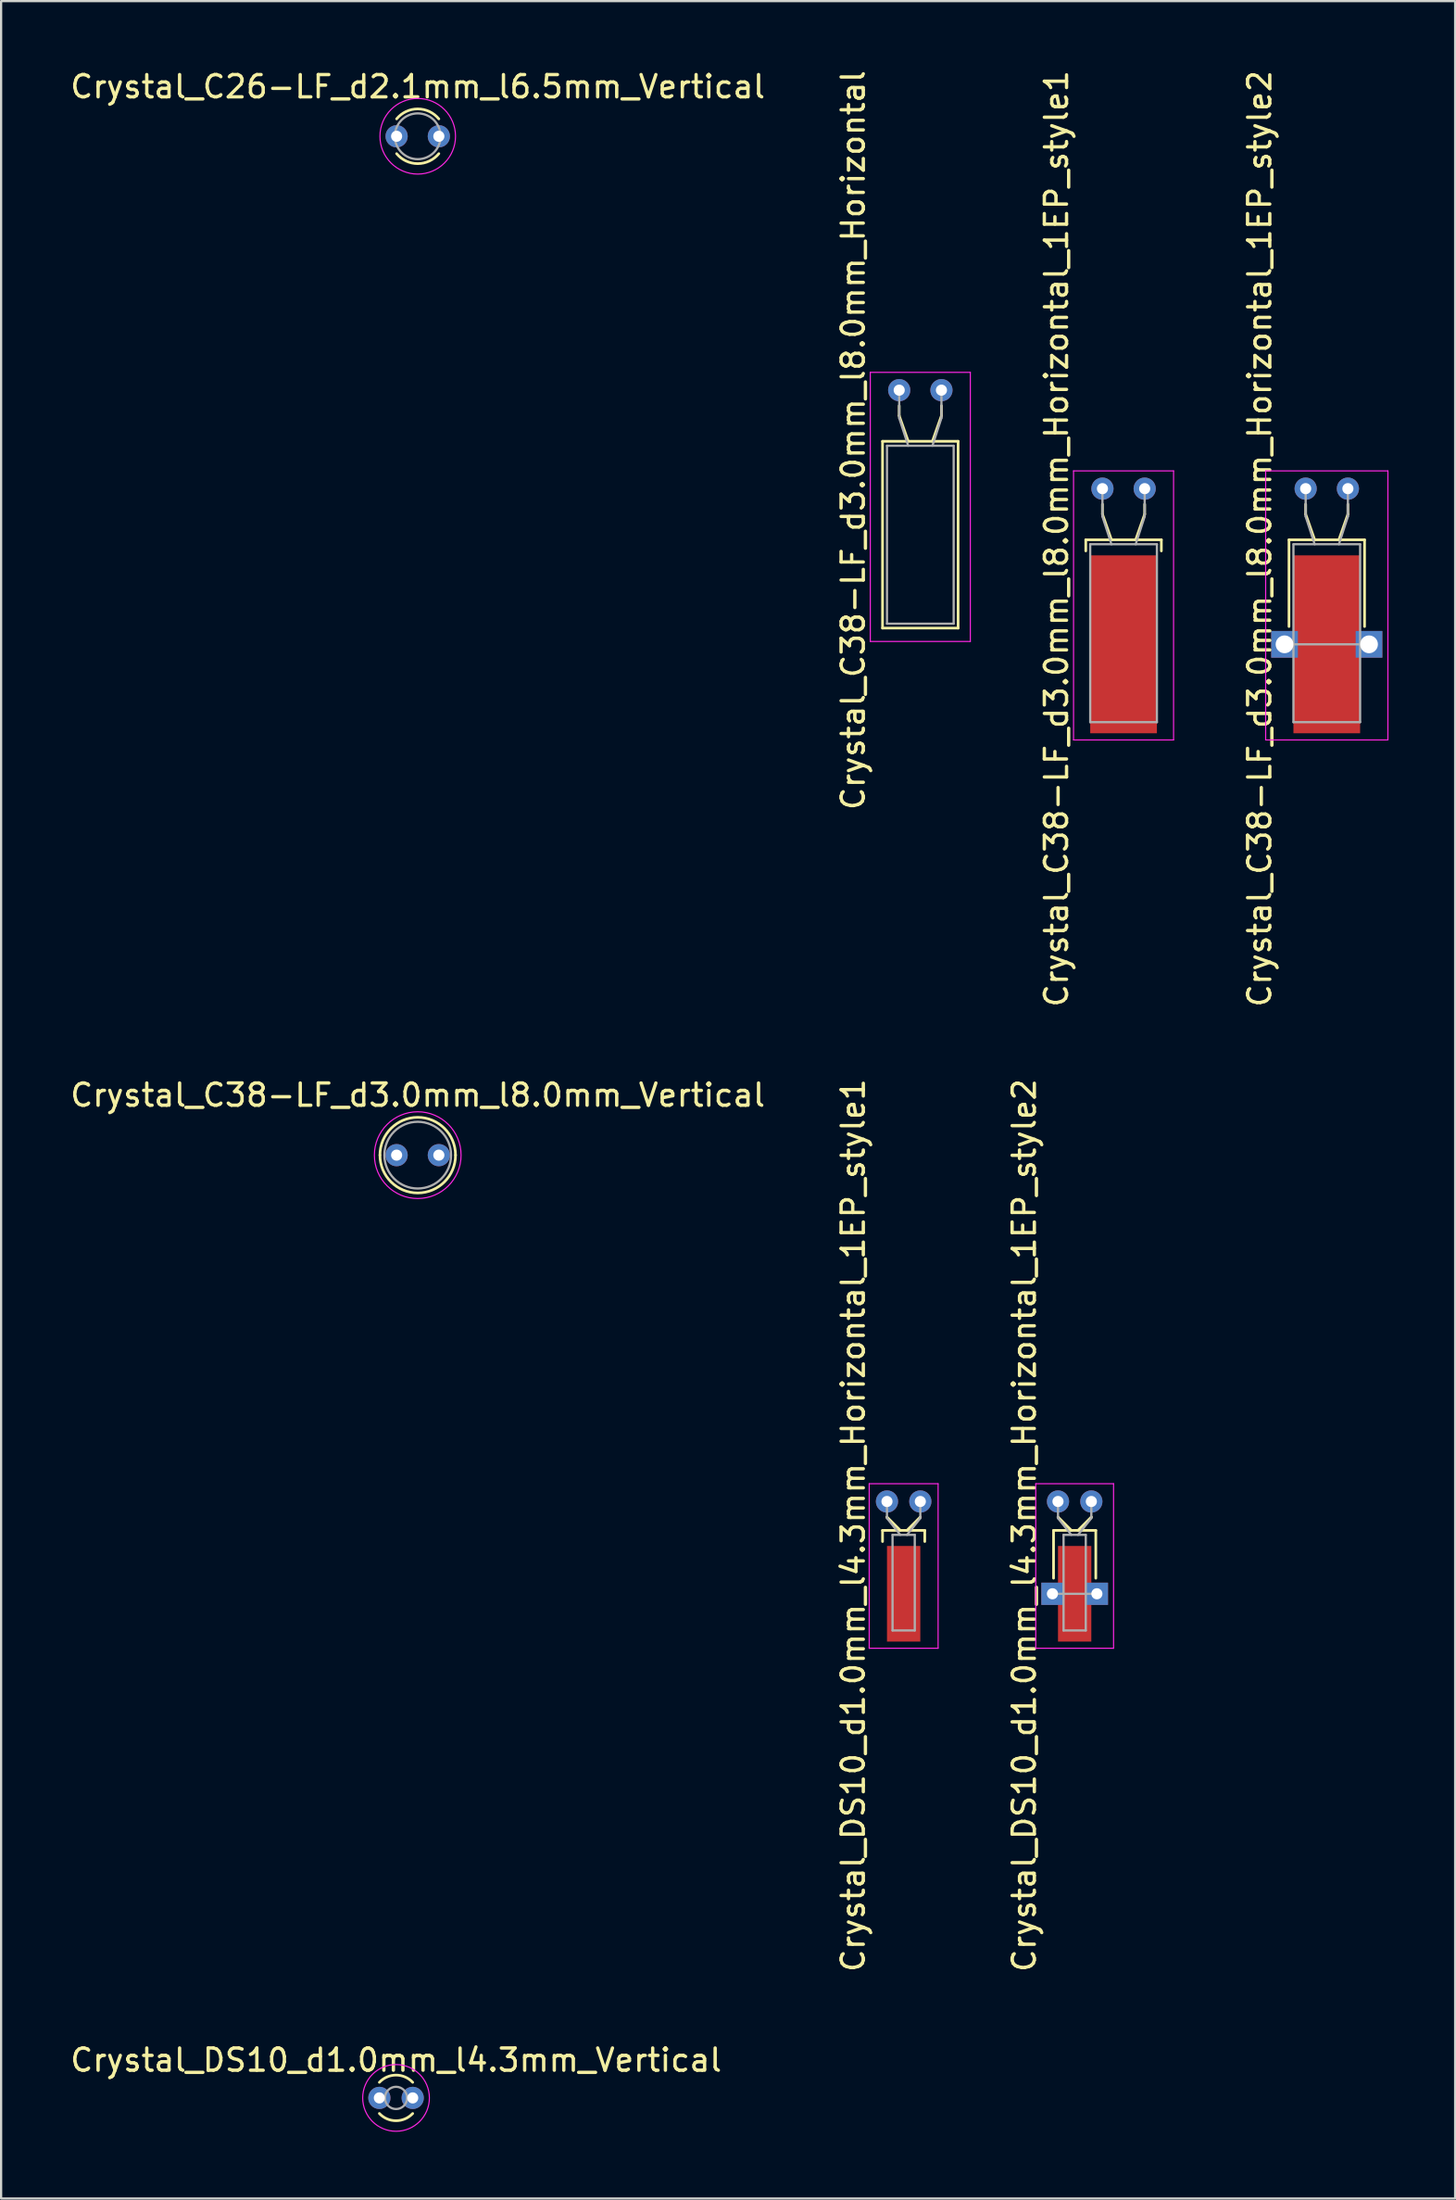
<source format=kicad_pcb>
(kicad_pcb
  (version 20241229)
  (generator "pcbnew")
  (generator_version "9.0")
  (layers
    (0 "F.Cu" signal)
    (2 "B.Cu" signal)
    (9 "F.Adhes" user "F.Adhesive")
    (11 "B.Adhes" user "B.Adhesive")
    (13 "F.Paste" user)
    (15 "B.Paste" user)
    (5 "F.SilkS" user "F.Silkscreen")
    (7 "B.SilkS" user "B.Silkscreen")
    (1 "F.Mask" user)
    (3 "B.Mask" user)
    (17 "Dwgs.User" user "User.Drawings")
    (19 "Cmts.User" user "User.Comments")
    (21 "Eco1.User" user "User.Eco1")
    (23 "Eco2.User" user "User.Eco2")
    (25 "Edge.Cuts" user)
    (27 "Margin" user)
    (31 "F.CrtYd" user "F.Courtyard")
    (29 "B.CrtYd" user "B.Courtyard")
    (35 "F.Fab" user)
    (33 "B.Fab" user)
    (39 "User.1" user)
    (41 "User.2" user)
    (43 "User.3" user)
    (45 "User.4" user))
  (footprint "Crystal_C38-LF_d3.0mm_l8.0mm_Horizontal"
    (layer "F.Cu")
    (at 37.406 14.494)
    (property "Reference" "Crystal_C38-LF_d3.0mm_l8.0mm_Horizontal" (at -2.07 2.25 90) (layer "F.SilkS") (effects (font (size 1 1) (thickness 0.15))))
    (attr through_hole)
    (fp_line (start -0.75 2.3) (end -0.75 10.7) (stroke (width 0.12) (type solid)) (layer "F.SilkS"))
    (fp_line (start -0.75 10.7) (end 2.65 10.7) (stroke (width 0.12) (type solid)) (layer "F.SilkS"))
    (fp_line (start 0 1.15) (end 0 0.7) (stroke (width 0.12) (type solid)) (layer "F.SilkS"))
    (fp_line (start 0.405 2.3) (end 0 1.15) (stroke (width 0.12) (type solid)) (layer "F.SilkS"))
    (fp_line (start 1.495 2.3) (end 1.9 1.15) (stroke (width 0.12) (type solid)) (layer "F.SilkS"))
    (fp_line (start 1.9 1.15) (end 1.9 0.7) (stroke (width 0.12) (type solid)) (layer "F.SilkS"))
    (fp_line (start 2.65 2.3) (end -0.75 2.3) (stroke (width 0.12) (type solid)) (layer "F.SilkS"))
    (fp_line (start 2.65 10.7) (end 2.65 2.3) (stroke (width 0.12) (type solid)) (layer "F.SilkS"))
    (fp_line (start -1.3 -0.8) (end -1.3 11.3) (stroke (width 0.05) (type solid)) (layer "F.CrtYd"))
    (fp_line (start -1.3 11.3) (end 3.2 11.3) (stroke (width 0.05) (type solid)) (layer "F.CrtYd"))
    (fp_line (start 3.2 -0.8) (end -1.3 -0.8) (stroke (width 0.05) (type solid)) (layer "F.CrtYd"))
    (fp_line (start 3.2 11.3) (end 3.2 -0.8) (stroke (width 0.05) (type solid)) (layer "F.CrtYd"))
    (fp_line (start -0.55 2.5) (end -0.55 10.5) (stroke (width 0.1) (type solid)) (layer "F.Fab"))
    (fp_line (start -0.55 10.5) (end 2.45 10.5) (stroke (width 0.1) (type solid)) (layer "F.Fab"))
    (fp_line (start 0 1.25) (end 0 0) (stroke (width 0.1) (type solid)) (layer "F.Fab"))
    (fp_line (start 0.405 2.5) (end 0 1.25) (stroke (width 0.1) (type solid)) (layer "F.Fab"))
    (fp_line (start 1.495 2.5) (end 1.9 1.25) (stroke (width 0.1) (type solid)) (layer "F.Fab"))
    (fp_line (start 1.9 1.25) (end 1.9 0) (stroke (width 0.1) (type solid)) (layer "F.Fab"))
    (fp_line (start 2.45 2.5) (end -0.55 2.5) (stroke (width 0.1) (type solid)) (layer "F.Fab"))
    (fp_line (start 2.45 10.5) (end 2.45 2.5) (stroke (width 0.1) (type solid)) (layer "F.Fab"))
    (pad "1" thru_hole circle (at 0 0) (size 1 1) (drill 0.5) (layers "*.Cu" "*.Mask"))
    (pad "2" thru_hole circle (at 1.9 0) (size 1 1) (drill 0.5) (layers "*.Cu" "*.Mask")))
  (footprint "Crystal_C38-LF_d3.0mm_l8.0mm_Horizontal_1EP_style2"
    (layer "F.Cu")
    (at 55.693 18.923)
    (property "Reference" "Crystal_C38-LF_d3.0mm_l8.0mm_Horizontal_1EP_style2" (at -2.07 2.25 90) (layer "F.SilkS") (effects (font (size 1 1) (thickness 0.15))))
    (attr through_hole)
    (fp_line (start -0.75 2.3) (end 2.65 2.3) (stroke (width 0.12) (type solid)) (layer "F.SilkS"))
    (fp_line (start -0.75 6.2) (end -0.75 2.3) (stroke (width 0.12) (type solid)) (layer "F.SilkS"))
    (fp_line (start 0 1.15) (end 0 0.7) (stroke (width 0.12) (type solid)) (layer "F.SilkS"))
    (fp_line (start 0.405 2.3) (end 0 1.15) (stroke (width 0.12) (type solid)) (layer "F.SilkS"))
    (fp_line (start 1.495 2.3) (end 1.9 1.15) (stroke (width 0.12) (type solid)) (layer "F.SilkS"))
    (fp_line (start 1.9 1.15) (end 1.9 0.7) (stroke (width 0.12) (type solid)) (layer "F.SilkS"))
    (fp_line (start 2.65 2.3) (end 2.65 6.2) (stroke (width 0.12) (type solid)) (layer "F.SilkS"))
    (fp_line (start -1.8 -0.8) (end -1.8 11.3) (stroke (width 0.05) (type solid)) (layer "F.CrtYd"))
    (fp_line (start -1.8 11.3) (end 3.7 11.3) (stroke (width 0.05) (type solid)) (layer "F.CrtYd"))
    (fp_line (start 3.7 -0.8) (end -1.8 -0.8) (stroke (width 0.05) (type solid)) (layer "F.CrtYd"))
    (fp_line (start 3.7 11.3) (end 3.7 -0.8) (stroke (width 0.05) (type solid)) (layer "F.CrtYd"))
    (fp_line (start -0.95 7) (end 2.85 7) (stroke (width 0.1) (type solid)) (layer "F.Fab"))
    (fp_line (start -0.55 2.5) (end -0.55 10.5) (stroke (width 0.1) (type solid)) (layer "F.Fab"))
    (fp_line (start -0.55 10.5) (end 2.45 10.5) (stroke (width 0.1) (type solid)) (layer "F.Fab"))
    (fp_line (start 0 1.25) (end 0 0) (stroke (width 0.1) (type solid)) (layer "F.Fab"))
    (fp_line (start 0.405 2.5) (end 0 1.25) (stroke (width 0.1) (type solid)) (layer "F.Fab"))
    (fp_line (start 1.495 2.5) (end 1.9 1.25) (stroke (width 0.1) (type solid)) (layer "F.Fab"))
    (fp_line (start 1.9 1.25) (end 1.9 0) (stroke (width 0.1) (type solid)) (layer "F.Fab"))
    (fp_line (start 2.45 2.5) (end -0.55 2.5) (stroke (width 0.1) (type solid)) (layer "F.Fab"))
    (fp_line (start 2.45 10.5) (end 2.45 2.5) (stroke (width 0.1) (type solid)) (layer "F.Fab"))
    (pad "1" thru_hole circle (at 0 0) (size 1 1) (drill 0.5) (layers "*.Cu" "*.Mask"))
    (pad "2" thru_hole circle (at 1.9 0) (size 1 1) (drill 0.5) (layers "*.Cu" "*.Mask"))
    (pad "3" thru_hole rect (at -0.95 7) (size 1.2 1.2) (drill 0.8) (layers "*.Cu" "*.Mask"))
    (pad "3" smd rect (at 0.95 7) (size 3 8) (layers "F.Cu" "F.Mask"))
    (pad "3" thru_hole rect (at 2.85 7) (size 1.2 1.2) (drill 0.8) (layers "*.Cu" "*.Mask")))
  (footprint "Crystal_DS10_d1.0mm_l4.3mm_Horizontal_1EP_style2"
    (layer "F.Cu")
    (at 44.55 64.467)
    (property "Reference" "Crystal_DS10_d1.0mm_l4.3mm_Horizontal_1EP_style2" (at -1.52 1.075 90) (layer "F.SilkS") (effects (font (size 1 1) (thickness 0.15))))
    (attr through_hole)
    (fp_line (start -0.2 1.3) (end 1.7 1.3) (stroke (width 0.12) (type solid)) (layer "F.SilkS"))
    (fp_line (start -0.2 3.45) (end -0.2 1.3) (stroke (width 0.12) (type solid)) (layer "F.SilkS"))
    (fp_line (start 0 0.7) (end 0 0.7) (stroke (width 0.12) (type solid)) (layer "F.SilkS"))
    (fp_line (start 0.6 1.3) (end 0 0.7) (stroke (width 0.12) (type solid)) (layer "F.SilkS"))
    (fp_line (start 0.9 1.3) (end 1.5 0.7) (stroke (width 0.12) (type solid)) (layer "F.SilkS"))
    (fp_line (start 1.5 0.7) (end 1.5 0.7) (stroke (width 0.12) (type solid)) (layer "F.SilkS"))
    (fp_line (start 1.7 1.3) (end 1.7 3.45) (stroke (width 0.12) (type solid)) (layer "F.SilkS"))
    (fp_line (start -1 -0.8) (end -1 6.6) (stroke (width 0.05) (type solid)) (layer "F.CrtYd"))
    (fp_line (start -1 6.6) (end 2.5 6.6) (stroke (width 0.05) (type solid)) (layer "F.CrtYd"))
    (fp_line (start 2.5 -0.8) (end -1 -0.8) (stroke (width 0.05) (type solid)) (layer "F.CrtYd"))
    (fp_line (start 2.5 6.6) (end 2.5 -0.8) (stroke (width 0.05) (type solid)) (layer "F.CrtYd"))
    (fp_line (start -0.25 4.15) (end 1.75 4.15) (stroke (width 0.1) (type solid)) (layer "F.Fab"))
    (fp_line (start 0 0.75) (end 0 0) (stroke (width 0.1) (type solid)) (layer "F.Fab"))
    (fp_line (start 0.25 1.5) (end 0.25 5.8) (stroke (width 0.1) (type solid)) (layer "F.Fab"))
    (fp_line (start 0.25 5.8) (end 1.25 5.8) (stroke (width 0.1) (type solid)) (layer "F.Fab"))
    (fp_line (start 0.6 1.5) (end 0 0.75) (stroke (width 0.1) (type solid)) (layer "F.Fab"))
    (fp_line (start 0.9 1.5) (end 1.5 0.75) (stroke (width 0.1) (type solid)) (layer "F.Fab"))
    (fp_line (start 1.25 1.5) (end 0.25 1.5) (stroke (width 0.1) (type solid)) (layer "F.Fab"))
    (fp_line (start 1.25 5.8) (end 1.25 1.5) (stroke (width 0.1) (type solid)) (layer "F.Fab"))
    (fp_line (start 1.5 0.75) (end 1.5 0) (stroke (width 0.1) (type solid)) (layer "F.Fab"))
    (pad "1" thru_hole circle (at 0 0) (size 1 1) (drill 0.5) (layers "*.Cu" "*.Mask"))
    (pad "2" thru_hole circle (at 1.5 0) (size 1 1) (drill 0.5) (layers "*.Cu" "*.Mask"))
    (pad "3" thru_hole rect (at -0.25 4.15) (size 1 1) (drill 0.5) (layers "*.Cu" "*.Mask"))
    (pad "3" smd rect (at 0.75 4.15) (size 1.5 4.3) (layers "F.Cu" "F.Mask"))
    (pad "3" thru_hole rect (at 1.75 4.15) (size 1 1) (drill 0.5) (layers "*.Cu" "*.Mask")))
  (footprint "Crystal_C38-LF_d3.0mm_l8.0mm_Vertical"
    (layer "F.Cu")
    (at 14.794 48.893)
    (property "Reference" "Crystal_C38-LF_d3.0mm_l8.0mm_Vertical" (at 0.95 -2.7 0) (layer "F.SilkS") (effects (font (size 1 1) (thickness 0.15))))
    (attr through_hole)
    (fp_arc (start -0.75 0) (mid 0.95 -1.7) (end 2.65 0) (stroke (width 0.12) (type solid)) (layer "F.SilkS"))
    (fp_arc (start 2.65 0) (mid 0.95 1.7) (end -0.75 0) (stroke (width 0.12) (type solid)) (layer "F.SilkS"))
    (fp_circle (center 0.95 0) (end 2.9 0) (stroke (width 0.05) (type solid)) (fill no) (layer "F.CrtYd"))
    (fp_circle (center 0.95 0) (end 2.45 0) (stroke (width 0.1) (type solid)) (fill no) (layer "F.Fab"))
    (pad "1" thru_hole circle (at 0 0) (size 1 1) (drill 0.5) (layers "*.Cu" "*.Mask"))
    (pad "2" thru_hole circle (at 1.9 0) (size 1 1) (drill 0.5) (layers "*.Cu" "*.Mask")))
  (footprint "Crystal_DS10_d1.0mm_l4.3mm_Vertical"
    (layer "F.Cu")
    (at 14.018 91.286)
    (property "Reference" "Crystal_DS10_d1.0mm_l4.3mm_Vertical" (at 0.75 -1.7 0) (layer "F.SilkS") (effects (font (size 1 1) (thickness 0.15))))
    (attr through_hole)
    (fp_arc (start 0 -0.7) (mid 0.749553 -1.025914) (end 1.49939 -0.700653) (stroke (width 0.12) (type solid)) (layer "F.SilkS"))
    (fp_arc (start 1.49939 0.700653) (mid 0.749553 1.025914) (end 0 0.7) (stroke (width 0.12) (type solid)) (layer "F.SilkS"))
    (fp_circle (center 0.75 0) (end 2.25 0) (stroke (width 0.05) (type solid)) (fill no) (layer "F.CrtYd"))
    (fp_circle (center 0.75 0) (end 1.25 0) (stroke (width 0.1) (type solid)) (fill no) (layer "F.Fab"))
    (pad "1" thru_hole circle (at 0 0) (size 1 1) (drill 0.5) (layers "*.Cu" "*.Mask"))
    (pad "2" thru_hole circle (at 1.5 0) (size 1 1) (drill 0.5) (layers "*.Cu" "*.Mask")))
  (footprint "Crystal_C26-LF_d2.1mm_l6.5mm_Vertical"
    (layer "F.Cu")
    (at 14.794 3.078)
    (property "Reference" "Crystal_C26-LF_d2.1mm_l6.5mm_Vertical" (at 0.95 -2.23 0) (layer "F.SilkS") (effects (font (size 1 1) (thickness 0.15))))
    (attr through_hole)
    (fp_arc (start 0 -0.781281) (mid 0.949655 -1.23) (end 1.899561 -0.781814) (stroke (width 0.12) (type solid)) (layer "F.SilkS"))
    (fp_arc (start 1.899561 0.781814) (mid 0.949655 1.23) (end 0 0.781281) (stroke (width 0.12) (type solid)) (layer "F.SilkS"))
    (fp_circle (center 0.95 0) (end 2.65 0) (stroke (width 0.05) (type solid)) (fill no) (layer "F.CrtYd"))
    (fp_circle (center 0.95 0) (end 1.98 0) (stroke (width 0.1) (type solid)) (fill no) (layer "F.Fab"))
    (pad "1" thru_hole circle (at 0 0) (size 1 1) (drill 0.5) (layers "*.Cu" "*.Mask"))
    (pad "2" thru_hole circle (at 1.9 0) (size 1 1) (drill 0.5) (layers "*.Cu" "*.Mask")))
  (footprint "Crystal_DS10_d1.0mm_l4.3mm_Horizontal_1EP_style1"
    (layer "F.Cu")
    (at 36.856 64.467)
    (property "Reference" "Crystal_DS10_d1.0mm_l4.3mm_Horizontal_1EP_style1" (at -1.52 1.075 90) (layer "F.SilkS") (effects (font (size 1 1) (thickness 0.15))))
    (attr through_hole)
    (fp_line (start -0.2 1.3) (end 1.7 1.3) (stroke (width 0.12) (type solid)) (layer "F.SilkS"))
    (fp_line (start -0.2 1.8) (end -0.2 1.3) (stroke (width 0.12) (type solid)) (layer "F.SilkS"))
    (fp_line (start 0 0.7) (end 0 0.7) (stroke (width 0.12) (type solid)) (layer "F.SilkS"))
    (fp_line (start 0.6 1.3) (end 0 0.7) (stroke (width 0.12) (type solid)) (layer "F.SilkS"))
    (fp_line (start 0.9 1.3) (end 1.5 0.7) (stroke (width 0.12) (type solid)) (layer "F.SilkS"))
    (fp_line (start 1.5 0.7) (end 1.5 0.7) (stroke (width 0.12) (type solid)) (layer "F.SilkS"))
    (fp_line (start 1.7 1.3) (end 1.7 1.8) (stroke (width 0.12) (type solid)) (layer "F.SilkS"))
    (fp_line (start -0.8 -0.8) (end -0.8 6.6) (stroke (width 0.05) (type solid)) (layer "F.CrtYd"))
    (fp_line (start -0.8 6.6) (end 2.3 6.6) (stroke (width 0.05) (type solid)) (layer "F.CrtYd"))
    (fp_line (start 2.3 -0.8) (end -0.8 -0.8) (stroke (width 0.05) (type solid)) (layer "F.CrtYd"))
    (fp_line (start 2.3 6.6) (end 2.3 -0.8) (stroke (width 0.05) (type solid)) (layer "F.CrtYd"))
    (fp_line (start 0 0.75) (end 0 0) (stroke (width 0.1) (type solid)) (layer "F.Fab"))
    (fp_line (start 0.25 1.5) (end 0.25 5.8) (stroke (width 0.1) (type solid)) (layer "F.Fab"))
    (fp_line (start 0.25 5.8) (end 1.25 5.8) (stroke (width 0.1) (type solid)) (layer "F.Fab"))
    (fp_line (start 0.6 1.5) (end 0 0.75) (stroke (width 0.1) (type solid)) (layer "F.Fab"))
    (fp_line (start 0.9 1.5) (end 1.5 0.75) (stroke (width 0.1) (type solid)) (layer "F.Fab"))
    (fp_line (start 1.25 1.5) (end 0.25 1.5) (stroke (width 0.1) (type solid)) (layer "F.Fab"))
    (fp_line (start 1.25 5.8) (end 1.25 1.5) (stroke (width 0.1) (type solid)) (layer "F.Fab"))
    (fp_line (start 1.5 0.75) (end 1.5 0) (stroke (width 0.1) (type solid)) (layer "F.Fab"))
    (pad "1" thru_hole circle (at 0 0) (size 1 1) (drill 0.5) (layers "*.Cu" "*.Mask"))
    (pad "2" thru_hole circle (at 1.5 0) (size 1 1) (drill 0.5) (layers "*.Cu" "*.Mask"))
    (pad "3" smd rect (at 0.75 4.15) (size 1.5 4.3) (layers "F.Cu" "F.Mask")))
  (footprint "Crystal_C38-LF_d3.0mm_l8.0mm_Horizontal_1EP_style1"
    (layer "F.Cu")
    (at 46.55 18.923)
    (property "Reference" "Crystal_C38-LF_d3.0mm_l8.0mm_Horizontal_1EP_style1" (at -2.07 2.25 90) (layer "F.SilkS") (effects (font (size 1 1) (thickness 0.15))))
    (attr through_hole)
    (fp_line (start -0.75 2.3) (end 2.65 2.3) (stroke (width 0.12) (type solid)) (layer "F.SilkS"))
    (fp_line (start -0.75 2.8) (end -0.75 2.3) (stroke (width 0.12) (type solid)) (layer "F.SilkS"))
    (fp_line (start 0 1.15) (end 0 0.7) (stroke (width 0.12) (type solid)) (layer "F.SilkS"))
    (fp_line (start 0.405 2.3) (end 0 1.15) (stroke (width 0.12) (type solid)) (layer "F.SilkS"))
    (fp_line (start 1.495 2.3) (end 1.9 1.15) (stroke (width 0.12) (type solid)) (layer "F.SilkS"))
    (fp_line (start 1.9 1.15) (end 1.9 0.7) (stroke (width 0.12) (type solid)) (layer "F.SilkS"))
    (fp_line (start 2.65 2.3) (end 2.65 2.8) (stroke (width 0.12) (type solid)) (layer "F.SilkS"))
    (fp_line (start -1.3 -0.8) (end -1.3 11.3) (stroke (width 0.05) (type solid)) (layer "F.CrtYd"))
    (fp_line (start -1.3 11.3) (end 3.2 11.3) (stroke (width 0.05) (type solid)) (layer "F.CrtYd"))
    (fp_line (start 3.2 -0.8) (end -1.3 -0.8) (stroke (width 0.05) (type solid)) (layer "F.CrtYd"))
    (fp_line (start 3.2 11.3) (end 3.2 -0.8) (stroke (width 0.05) (type solid)) (layer "F.CrtYd"))
    (fp_line (start -0.55 2.5) (end -0.55 10.5) (stroke (width 0.1) (type solid)) (layer "F.Fab"))
    (fp_line (start -0.55 10.5) (end 2.45 10.5) (stroke (width 0.1) (type solid)) (layer "F.Fab"))
    (fp_line (start 0 1.25) (end 0 0) (stroke (width 0.1) (type solid)) (layer "F.Fab"))
    (fp_line (start 0.405 2.5) (end 0 1.25) (stroke (width 0.1) (type solid)) (layer "F.Fab"))
    (fp_line (start 1.495 2.5) (end 1.9 1.25) (stroke (width 0.1) (type solid)) (layer "F.Fab"))
    (fp_line (start 1.9 1.25) (end 1.9 0) (stroke (width 0.1) (type solid)) (layer "F.Fab"))
    (fp_line (start 2.45 2.5) (end -0.55 2.5) (stroke (width 0.1) (type solid)) (layer "F.Fab"))
    (fp_line (start 2.45 10.5) (end 2.45 2.5) (stroke (width 0.1) (type solid)) (layer "F.Fab"))
    (pad "1" thru_hole circle (at 0 0) (size 1 1) (drill 0.5) (layers "*.Cu" "*.Mask"))
    (pad "2" thru_hole circle (at 1.9 0) (size 1 1) (drill 0.5) (layers "*.Cu" "*.Mask"))
    (pad "3" smd rect (at 0.95 7) (size 3 8) (layers "F.Cu" "F.Mask")))
  (gr_rect
    (start -3 -3)
    (end 62.418 95.811)
    (stroke (width 0.1) (type default))
    (fill no)
    (layer "Edge.Cuts")))
</source>
